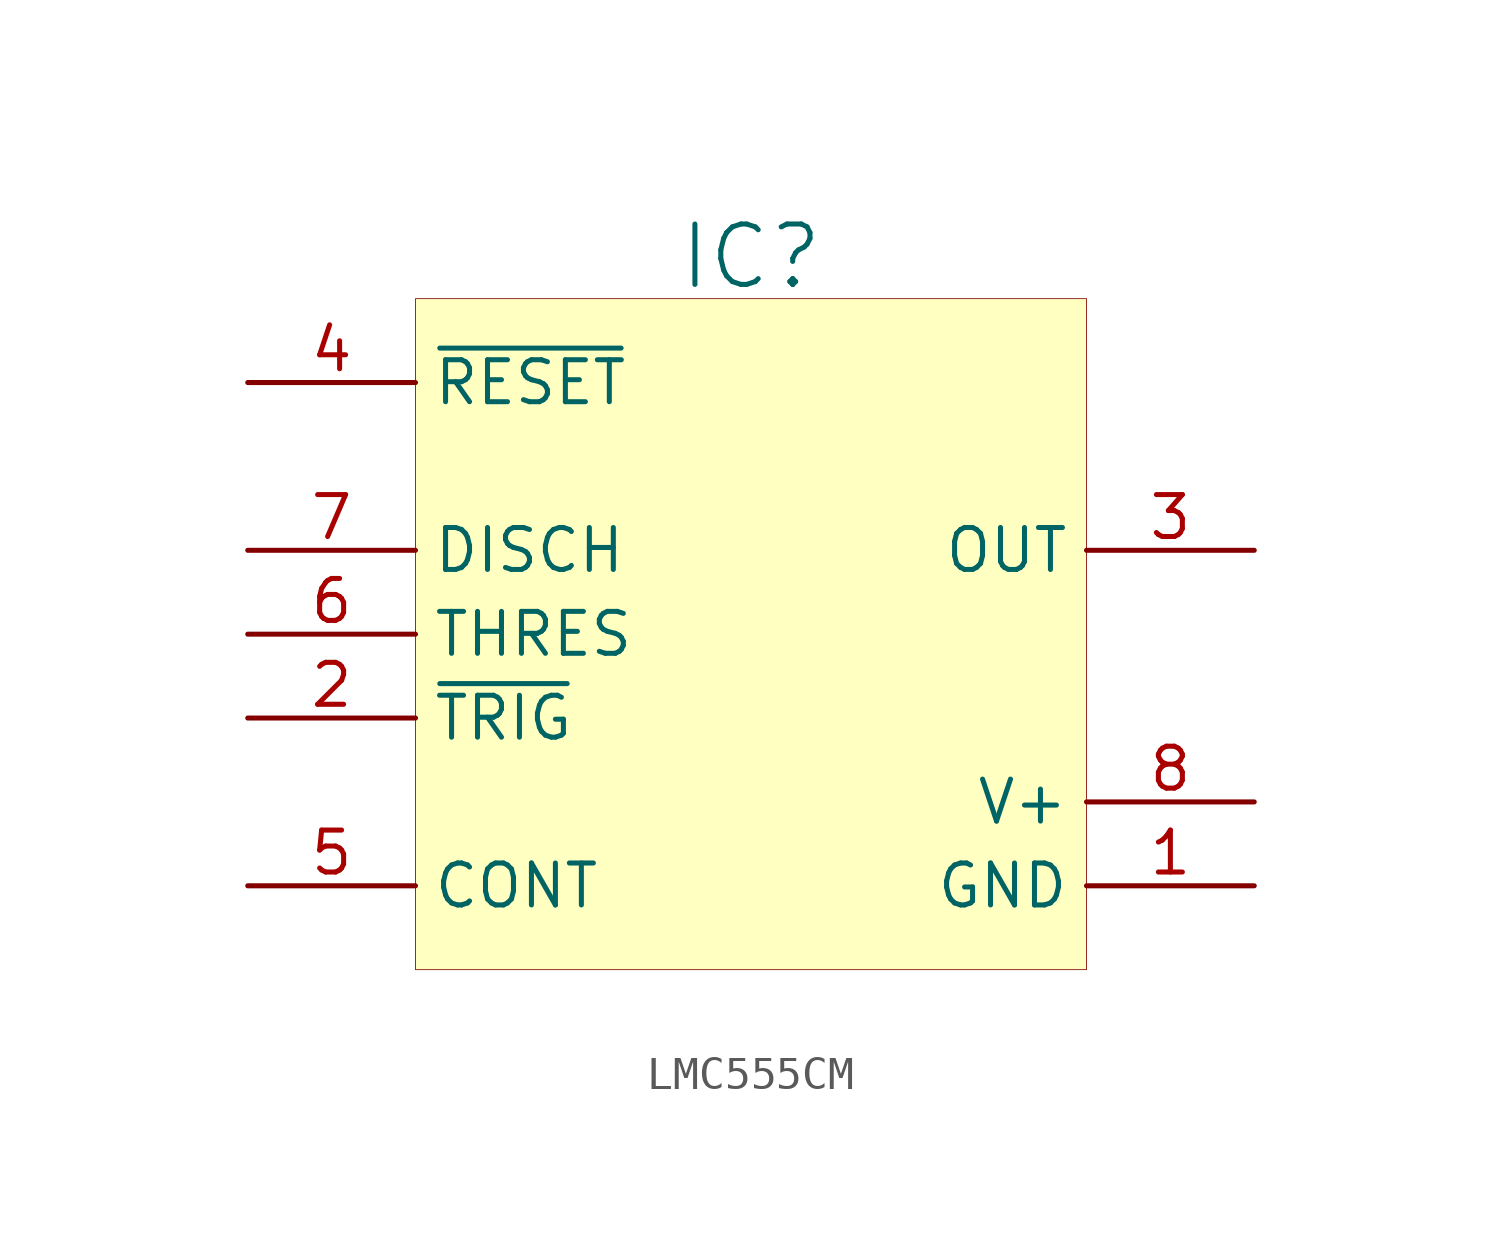
<source format=kicad_sym>
(kicad_symbol_lib
  (version 20231120)
  (generator "kicad_symbol_editor")
  (generator_version "8.0")
  (symbol "LMC555CM"
    (property "Reference" "IC"
      (at 10.16 1.27 0)
      (effects (font (size 1.829 1.829))))
    (property "Device" "LMC555CM/NOPB"
      (at -5.588 2.54 0)
      (effects (font (size 2.184 2.184)) (justify left bottom) (hide yes)))
    (symbol "LMC555CM_1_0"
      (rectangle (start 20.32 0) (end 0 -20.32) (stroke (width 0.025) (type solid) (color 128 0 0 1)) (fill (type background)))
      (pin power_in line (at 25.4 -17.78 180) (length 5.08) (name "GND" (effects (font (size 1.27 1.27)))) (number "1" (effects (font (size 1.27 1.27)))))
      (pin input line (at -5.08 -12.7 0) (length 5.08) (name "~{TRIG}" (effects (font (size 1.27 1.27)))) (number "2" (effects (font (size 1.27 1.27)))))
      (pin output line (at 25.4 -7.62 180) (length 5.08) (name "OUT" (effects (font (size 1.27 1.27)))) (number "3" (effects (font (size 1.27 1.27)))))
      (pin input line (at -5.08 -2.54 0) (length 5.08) (name "~{RESET}" (effects (font (size 1.27 1.27)))) (number "4" (effects (font (size 1.27 1.27)))))
      (pin input line (at -5.08 -17.78 0) (length 5.08) (name "CONT" (effects (font (size 1.27 1.27)))) (number "5" (effects (font (size 1.27 1.27)))))
      (pin input line (at -5.08 -10.16 0) (length 5.08) (name "THRES" (effects (font (size 1.27 1.27)))) (number "6" (effects (font (size 1.27 1.27)))))
      (pin input line (at -5.08 -7.62 0) (length 5.08) (name "DISCH" (effects (font (size 1.27 1.27)))) (number "7" (effects (font (size 1.27 1.27)))))
      (pin power_in line (at 25.4 -15.24 180) (length 5.08) (name "V+" (effects (font (size 1.27 1.27)))) (number "8" (effects (font (size 1.27 1.27))))))))
</source>
